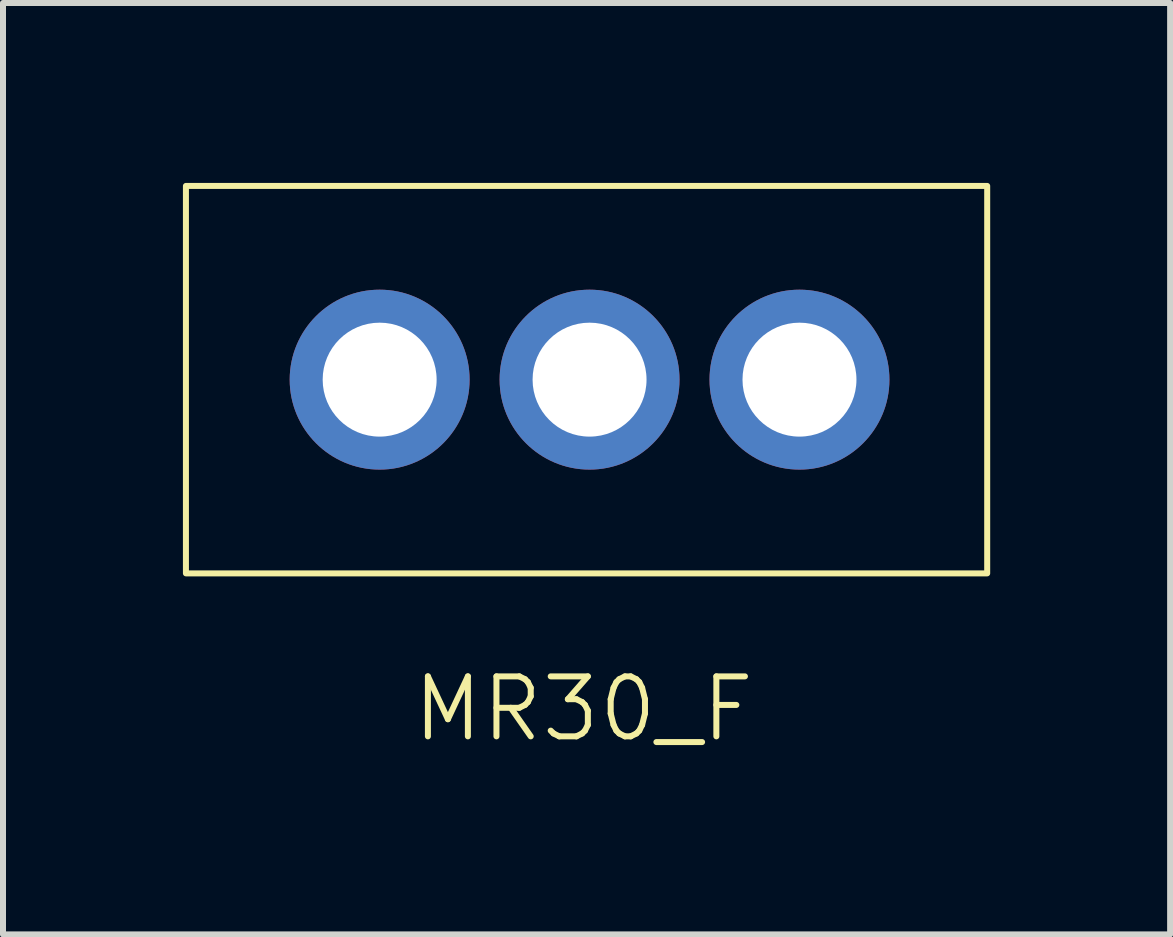
<source format=kicad_pcb>
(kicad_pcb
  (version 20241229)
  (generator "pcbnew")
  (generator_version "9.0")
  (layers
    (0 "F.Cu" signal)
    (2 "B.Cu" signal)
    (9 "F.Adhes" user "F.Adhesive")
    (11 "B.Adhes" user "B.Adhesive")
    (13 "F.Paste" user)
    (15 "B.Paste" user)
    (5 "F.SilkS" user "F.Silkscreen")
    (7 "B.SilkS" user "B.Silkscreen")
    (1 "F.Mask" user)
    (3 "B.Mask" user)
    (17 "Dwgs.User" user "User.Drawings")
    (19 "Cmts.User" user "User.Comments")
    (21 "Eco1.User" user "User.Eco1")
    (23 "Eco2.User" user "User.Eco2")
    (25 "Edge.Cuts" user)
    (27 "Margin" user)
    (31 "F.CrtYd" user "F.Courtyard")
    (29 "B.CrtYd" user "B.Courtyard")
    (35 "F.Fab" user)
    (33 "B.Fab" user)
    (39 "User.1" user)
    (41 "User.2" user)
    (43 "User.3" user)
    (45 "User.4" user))
  (footprint "MR30_F"
    (layer "F.Cu")
    (at 6.78 3.28)
    (property "Reference" "MR30_F" (at -0.1 5.49 0) (unlocked yes) (layer "F.SilkS") (effects (font (size 1 1) (thickness 0.1))))
    (attr smd)
    (fp_rect (start -6.73 -3.23) (end 6.63 3.23) (stroke (width 0.1) (type solid)) (fill no) (layer "F.SilkS"))
    (pad "1" thru_hole circle (at -3.5 0) (size 3 3) (drill 1.9) (layers "*.Cu" "*.Mask"))
    (pad "2" thru_hole circle (at 0 0) (size 3 3) (drill 1.9) (layers "*.Cu" "*.Mask"))
    (pad "3" thru_hole circle (at 3.5 0) (size 3 3) (drill 1.9) (layers "*.Cu" "*.Mask")))
  (gr_rect
    (start -3 -3)
    (end 16.46 12.53)
    (stroke (width 0.1) (type default))
    (fill no)
    (layer "Edge.Cuts")))
</source>
